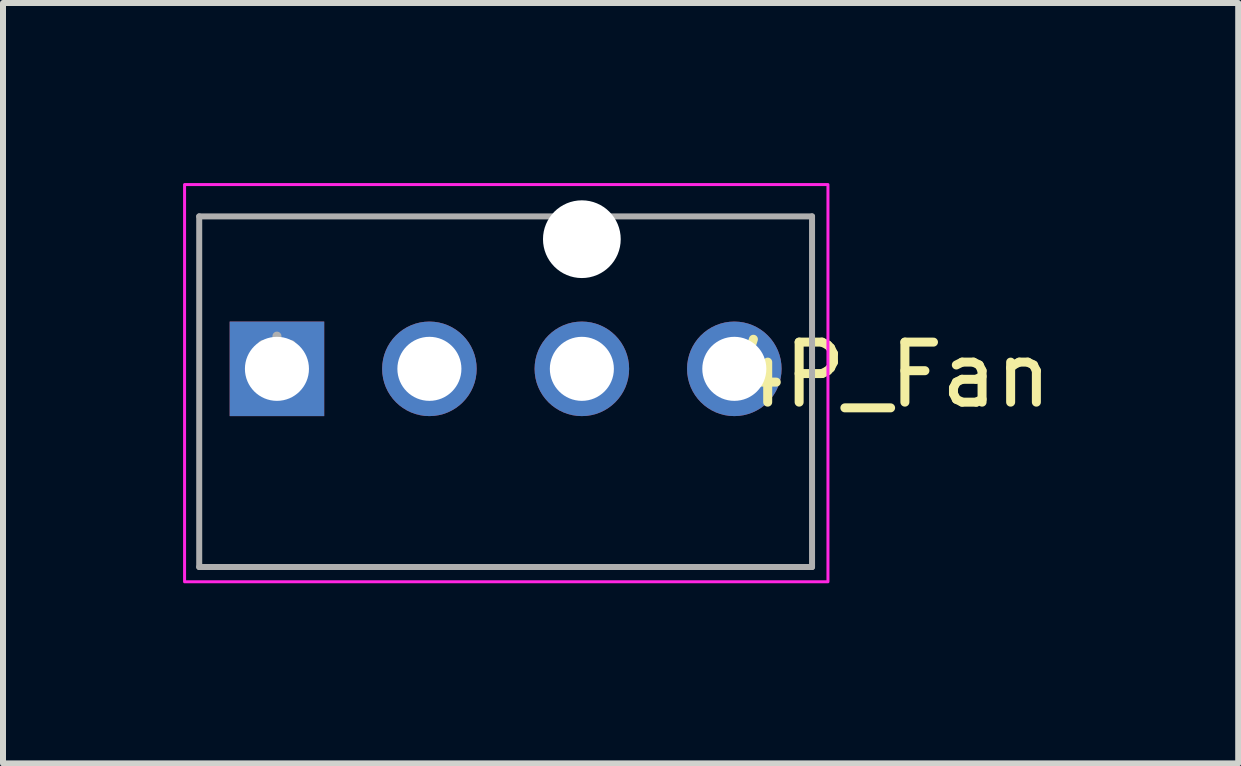
<source format=kicad_pcb>
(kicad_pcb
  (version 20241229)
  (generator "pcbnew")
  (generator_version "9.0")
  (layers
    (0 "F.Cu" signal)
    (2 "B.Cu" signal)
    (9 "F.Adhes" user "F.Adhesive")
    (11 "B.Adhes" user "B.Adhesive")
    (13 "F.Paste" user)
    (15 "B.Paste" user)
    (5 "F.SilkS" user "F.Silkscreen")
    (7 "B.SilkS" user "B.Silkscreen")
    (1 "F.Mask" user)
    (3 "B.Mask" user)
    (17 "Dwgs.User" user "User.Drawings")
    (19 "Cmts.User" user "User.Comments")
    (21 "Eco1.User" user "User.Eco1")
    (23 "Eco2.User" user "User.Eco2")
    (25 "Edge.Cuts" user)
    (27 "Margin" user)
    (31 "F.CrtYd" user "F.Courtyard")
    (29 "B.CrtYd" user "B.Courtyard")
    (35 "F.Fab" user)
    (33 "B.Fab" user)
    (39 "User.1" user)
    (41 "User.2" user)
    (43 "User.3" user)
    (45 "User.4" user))
  (footprint "4P_Fan"
    (layer "F.Cu")
    (at 1.564 3.095)
    (property "Reference" "4P_Fan" (at 10.2 0.1 0) (layer "F.SilkS") (effects (font (size 1 1) (thickness 0.15))))
    (attr through_hole)
    (fp_rect (start 9.18 3.548) (end -1.539 -3.07) (stroke (width 0.05) (type solid)) (fill no) (layer "F.CrtYd"))
    (fp_line (start -1.295 -2.54) (end 8.915 -2.54) (stroke (width 0.1) (type solid)) (layer "F.Fab"))
    (fp_line (start -1.295 3.302) (end -1.295 -2.54) (stroke (width 0.1) (type solid)) (layer "F.Fab"))
    (fp_line (start 8.915 -2.54) (end 8.915 3.302) (stroke (width 0.1) (type solid)) (layer "F.Fab"))
    (fp_line (start 8.915 3.302) (end -1.295 3.302) (stroke (width 0.1) (type solid)) (layer "F.Fab"))
    (fp_text user "*" (at 0 0 0) (layer "F.Fab") (effects (font (size 1 1) (thickness 0.15))))
    (pad "" np_thru_hole circle (at 5.08 -2.16 90) (size 1.295 1.295) (drill 1.295) (layers "*.Cu" "*.Mask"))
    (pad "1" thru_hole rect (at 0 0) (size 1.575 1.575) (drill 1.067) (layers "*.Cu" "*.Mask"))
    (pad "2" thru_hole circle (at 2.54 0) (size 1.575 1.575) (drill 1.067) (layers "*.Cu" "*.Mask"))
    (pad "3" thru_hole circle (at 5.08 0) (size 1.575 1.575) (drill 1.067) (layers "*.Cu" "*.Mask"))
    (pad "4" thru_hole circle (at 7.62 0) (size 1.575 1.575) (drill 1.067) (layers "*.Cu" "*.Mask")))
  (gr_rect
    (start -3 -3)
    (end 17.579 9.668)
    (stroke (width 0.1) (type default))
    (fill no)
    (layer "Edge.Cuts")))
</source>
